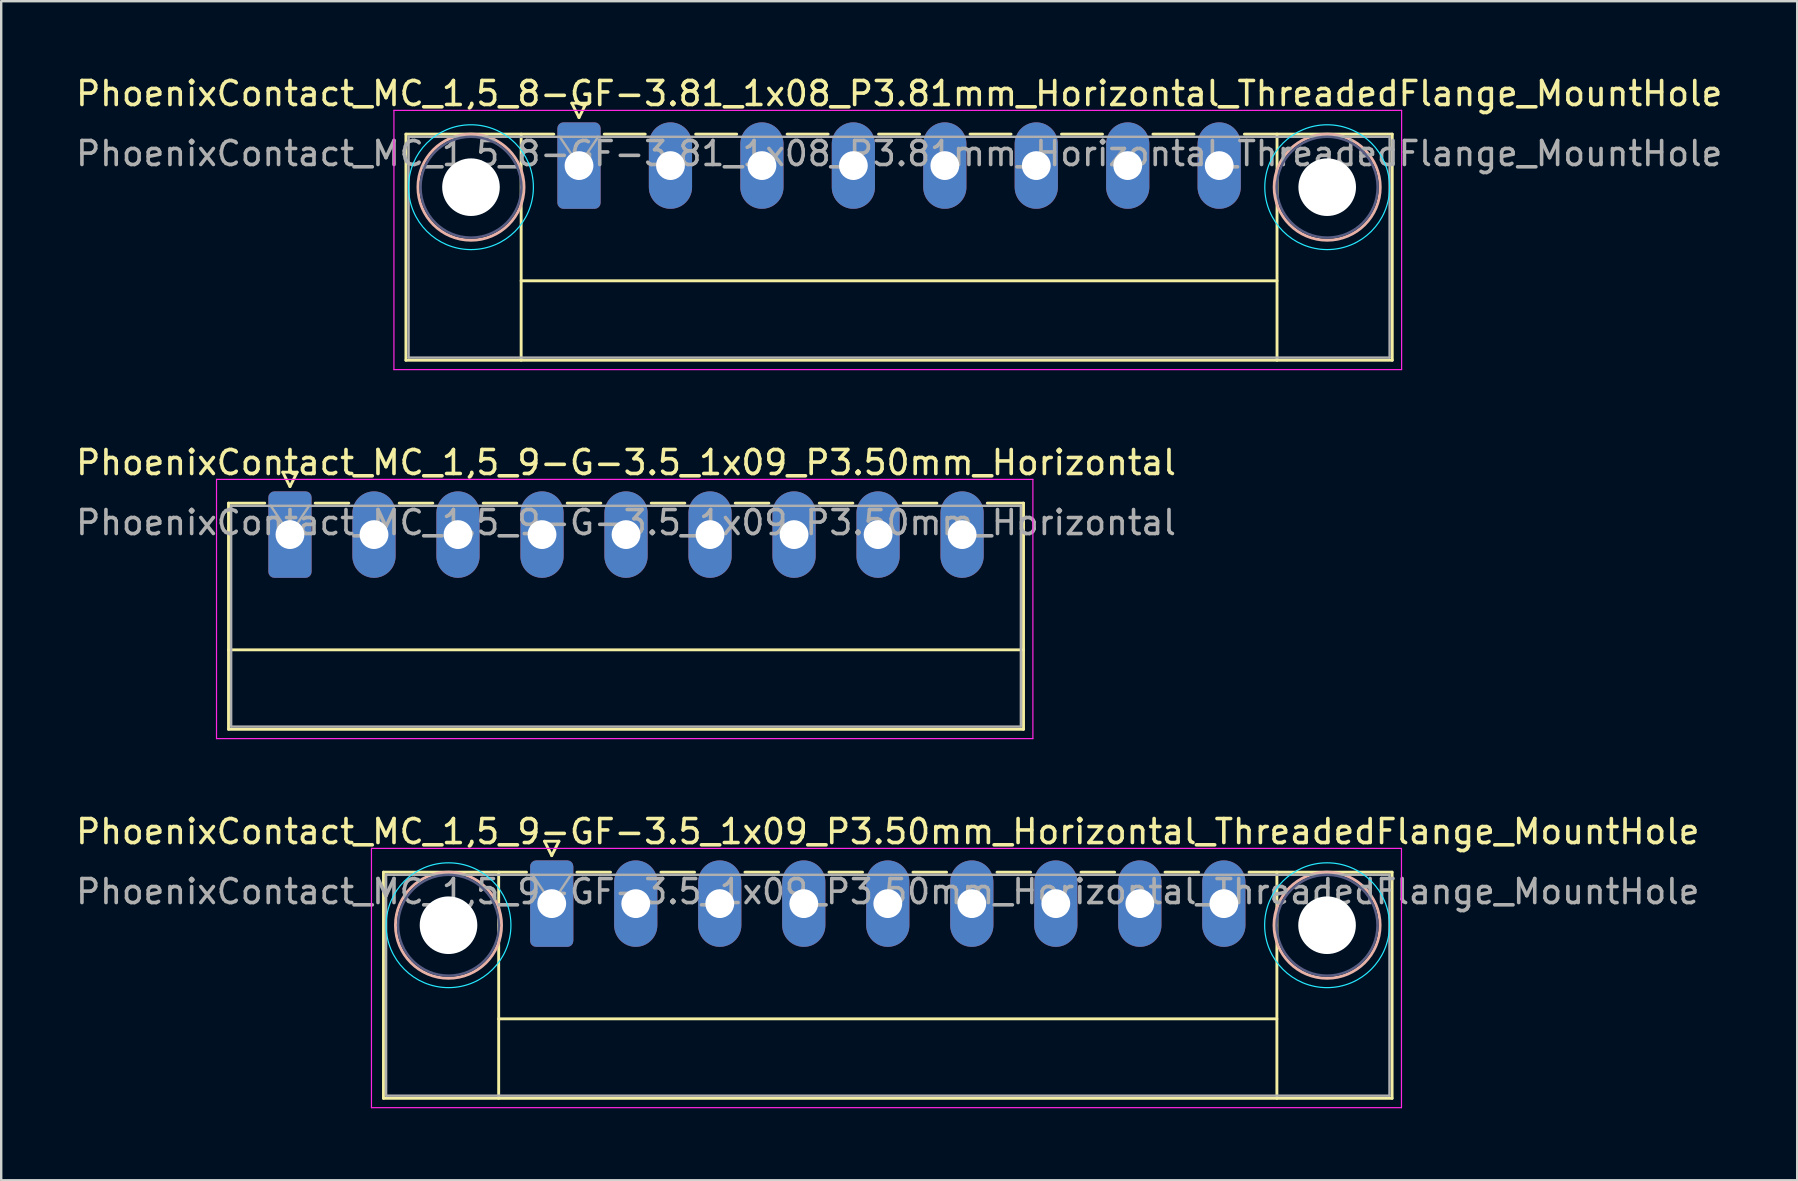
<source format=kicad_pcb>
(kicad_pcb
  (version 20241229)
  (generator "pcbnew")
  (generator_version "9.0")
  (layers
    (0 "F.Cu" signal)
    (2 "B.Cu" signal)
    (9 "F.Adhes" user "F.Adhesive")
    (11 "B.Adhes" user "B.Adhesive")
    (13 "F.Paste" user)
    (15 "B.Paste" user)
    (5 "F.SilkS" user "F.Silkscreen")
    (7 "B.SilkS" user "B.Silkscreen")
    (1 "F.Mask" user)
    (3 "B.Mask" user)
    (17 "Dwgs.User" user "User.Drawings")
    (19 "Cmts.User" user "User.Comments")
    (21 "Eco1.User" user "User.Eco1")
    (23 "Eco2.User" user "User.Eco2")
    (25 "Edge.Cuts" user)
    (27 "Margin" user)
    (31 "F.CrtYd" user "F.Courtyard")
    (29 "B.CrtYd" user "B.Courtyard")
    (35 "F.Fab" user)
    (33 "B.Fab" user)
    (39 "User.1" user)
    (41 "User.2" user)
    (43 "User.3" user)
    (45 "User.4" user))
  (footprint "PhoenixContact_MC_1,5_8-GF-3.81_1x08_P3.81mm_Horizontal_ThreadedFlange_MountHole"
    (layer "F.Cu")
    (at 21.071 3.848)
    (property "Reference" "PhoenixContact_MC_1,5_8-GF-3.81_1x08_P3.81mm_Horizontal_ThreadedFlange_MountHole" (at 13.34 -3 0) (layer "F.SilkS") (effects (font (size 1 1) (thickness 0.15))))
    (attr through_hole)
    (fp_line (start -7.21 -1.31) (end -7.21 8.11) (stroke (width 0.12) (type solid)) (layer "F.SilkS"))
    (fp_line (start -7.21 -1.31) (end -1.05 -1.31) (stroke (width 0.12) (type solid)) (layer "F.SilkS"))
    (fp_line (start -7.21 8.11) (end 33.88 8.11) (stroke (width 0.12) (type solid)) (layer "F.SilkS"))
    (fp_line (start -2.41 -1.31) (end -2.41 8.11) (stroke (width 0.12) (type solid)) (layer "F.SilkS"))
    (fp_line (start -2.41 4.8) (end 29.08 4.8) (stroke (width 0.12) (type solid)) (layer "F.SilkS"))
    (fp_line (start -0.3 -2.6) (end 0.3 -2.6) (stroke (width 0.12) (type solid)) (layer "F.SilkS"))
    (fp_line (start 0 -2) (end -0.3 -2.6) (stroke (width 0.12) (type solid)) (layer "F.SilkS"))
    (fp_line (start 0.3 -2.6) (end 0 -2) (stroke (width 0.12) (type solid)) (layer "F.SilkS"))
    (fp_line (start 1.05 -1.31) (end 2.76 -1.31) (stroke (width 0.12) (type solid)) (layer "F.SilkS"))
    (fp_line (start 4.86 -1.31) (end 6.57 -1.31) (stroke (width 0.12) (type solid)) (layer "F.SilkS"))
    (fp_line (start 8.67 -1.31) (end 10.38 -1.31) (stroke (width 0.12) (type solid)) (layer "F.SilkS"))
    (fp_line (start 12.48 -1.31) (end 14.19 -1.31) (stroke (width 0.12) (type solid)) (layer "F.SilkS"))
    (fp_line (start 16.29 -1.31) (end 18 -1.31) (stroke (width 0.12) (type solid)) (layer "F.SilkS"))
    (fp_line (start 20.1 -1.31) (end 21.81 -1.31) (stroke (width 0.12) (type solid)) (layer "F.SilkS"))
    (fp_line (start 23.91 -1.31) (end 25.62 -1.31) (stroke (width 0.12) (type solid)) (layer "F.SilkS"))
    (fp_line (start 29.08 -1.31) (end 29.08 8.11) (stroke (width 0.12) (type solid)) (layer "F.SilkS"))
    (fp_line (start 33.88 -1.31) (end 27.72 -1.31) (stroke (width 0.12) (type solid)) (layer "F.SilkS"))
    (fp_line (start 33.88 8.11) (end 33.88 -1.31) (stroke (width 0.12) (type solid)) (layer "F.SilkS"))
    (fp_circle (center -4.5 0.9) (end -2.29 0.9) (stroke (width 0.12) (type solid)) (fill no) (layer "B.SilkS"))
    (fp_circle (center 31.17 0.9) (end 33.38 0.9) (stroke (width 0.12) (type solid)) (fill no) (layer "B.SilkS"))
    (fp_circle (center -4.5 0.9) (end -1.9 0.9) (stroke (width 0.05) (type solid)) (fill no) (layer "B.CrtYd"))
    (fp_circle (center 31.17 0.9) (end 33.77 0.9) (stroke (width 0.05) (type solid)) (fill no) (layer "B.CrtYd"))
    (fp_line (start -7.71 -2.3) (end -7.71 8.5) (stroke (width 0.05) (type solid)) (layer "F.CrtYd"))
    (fp_line (start -7.71 8.5) (end 34.27 8.5) (stroke (width 0.05) (type solid)) (layer "F.CrtYd"))
    (fp_line (start 34.27 -2.3) (end -7.71 -2.3) (stroke (width 0.05) (type solid)) (layer "F.CrtYd"))
    (fp_line (start 34.27 8.5) (end 34.27 -2.3) (stroke (width 0.05) (type solid)) (layer "F.CrtYd"))
    (fp_circle (center -4.5 0.9) (end -2.4 0.9) (stroke (width 0.1) (type solid)) (fill no) (layer "B.Fab"))
    (fp_circle (center 31.17 0.9) (end 33.27 0.9) (stroke (width 0.1) (type solid)) (fill no) (layer "B.Fab"))
    (fp_line (start -7.1 -1.2) (end -7.1 8) (stroke (width 0.1) (type solid)) (layer "F.Fab"))
    (fp_line (start -7.1 8) (end 33.77 8) (stroke (width 0.1) (type solid)) (layer "F.Fab"))
    (fp_line (start 0 0) (end -0.8 -1.2) (stroke (width 0.1) (type solid)) (layer "F.Fab"))
    (fp_line (start 0.8 -1.2) (end 0 0) (stroke (width 0.1) (type solid)) (layer "F.Fab"))
    (fp_line (start 33.77 -1.2) (end -7.1 -1.2) (stroke (width 0.1) (type solid)) (layer "F.Fab"))
    (fp_line (start 33.77 8) (end 33.77 -1.2) (stroke (width 0.1) (type solid)) (layer "F.Fab"))
    (fp_text user "${REFERENCE}" (at 13.34 -0.5 0) (layer "F.Fab") (effects (font (size 1 1) (thickness 0.15))))
    (pad "" np_thru_hole circle (at -4.5 0.9) (size 2.4 2.4) (drill 2.4) (layers "*.Cu" "*.Mask"))
    (pad "" np_thru_hole circle (at 31.17 0.9) (size 2.4 2.4) (drill 2.4) (layers "*.Cu" "*.Mask"))
    (pad "1" thru_hole roundrect (at 0 0) (size 1.8 3.6) (drill 1.2) (layers "*.Cu" "*.Mask") (roundrect_rratio 0.139))
    (pad "2" thru_hole oval (at 3.81 0) (size 1.8 3.6) (drill 1.2) (layers "*.Cu" "*.Mask"))
    (pad "3" thru_hole oval (at 7.62 0) (size 1.8 3.6) (drill 1.2) (layers "*.Cu" "*.Mask"))
    (pad "4" thru_hole oval (at 11.43 0) (size 1.8 3.6) (drill 1.2) (layers "*.Cu" "*.Mask"))
    (pad "5" thru_hole oval (at 15.24 0) (size 1.8 3.6) (drill 1.2) (layers "*.Cu" "*.Mask"))
    (pad "6" thru_hole oval (at 19.05 0) (size 1.8 3.6) (drill 1.2) (layers "*.Cu" "*.Mask"))
    (pad "7" thru_hole oval (at 22.86 0) (size 1.8 3.6) (drill 1.2) (layers "*.Cu" "*.Mask"))
    (pad "8" thru_hole oval (at 26.67 0) (size 1.8 3.6) (drill 1.2) (layers "*.Cu" "*.Mask")))
  (footprint "PhoenixContact_MC_1,5_9-G-3.5_1x09_P3.50mm_Horizontal"
    (layer "F.Cu")
    (at 9.03 19.221)
    (property "Reference" "PhoenixContact_MC_1,5_9-G-3.5_1x09_P3.50mm_Horizontal" (at 14 -3 0) (layer "F.SilkS") (effects (font (size 1 1) (thickness 0.15))))
    (attr through_hole)
    (fp_line (start -2.56 -1.31) (end -2.56 8.11) (stroke (width 0.12) (type solid)) (layer "F.SilkS"))
    (fp_line (start -2.56 -1.31) (end -1.05 -1.31) (stroke (width 0.12) (type solid)) (layer "F.SilkS"))
    (fp_line (start -2.56 4.8) (end 30.56 4.8) (stroke (width 0.12) (type solid)) (layer "F.SilkS"))
    (fp_line (start -2.56 8.11) (end 30.56 8.11) (stroke (width 0.12) (type solid)) (layer "F.SilkS"))
    (fp_line (start -0.3 -2.6) (end 0.3 -2.6) (stroke (width 0.12) (type solid)) (layer "F.SilkS"))
    (fp_line (start 0 -2) (end -0.3 -2.6) (stroke (width 0.12) (type solid)) (layer "F.SilkS"))
    (fp_line (start 0.3 -2.6) (end 0 -2) (stroke (width 0.12) (type solid)) (layer "F.SilkS"))
    (fp_line (start 1.05 -1.31) (end 2.45 -1.31) (stroke (width 0.12) (type solid)) (layer "F.SilkS"))
    (fp_line (start 4.55 -1.31) (end 5.95 -1.31) (stroke (width 0.12) (type solid)) (layer "F.SilkS"))
    (fp_line (start 8.05 -1.31) (end 9.45 -1.31) (stroke (width 0.12) (type solid)) (layer "F.SilkS"))
    (fp_line (start 11.55 -1.31) (end 12.95 -1.31) (stroke (width 0.12) (type solid)) (layer "F.SilkS"))
    (fp_line (start 15.05 -1.31) (end 16.45 -1.31) (stroke (width 0.12) (type solid)) (layer "F.SilkS"))
    (fp_line (start 18.55 -1.31) (end 19.95 -1.31) (stroke (width 0.12) (type solid)) (layer "F.SilkS"))
    (fp_line (start 22.05 -1.31) (end 23.45 -1.31) (stroke (width 0.12) (type solid)) (layer "F.SilkS"))
    (fp_line (start 25.55 -1.31) (end 26.95 -1.31) (stroke (width 0.12) (type solid)) (layer "F.SilkS"))
    (fp_line (start 30.56 -1.31) (end 29.05 -1.31) (stroke (width 0.12) (type solid)) (layer "F.SilkS"))
    (fp_line (start 30.56 8.11) (end 30.56 -1.31) (stroke (width 0.12) (type solid)) (layer "F.SilkS"))
    (fp_line (start -3.06 -2.3) (end -3.06 8.5) (stroke (width 0.05) (type solid)) (layer "F.CrtYd"))
    (fp_line (start -3.06 8.5) (end 30.95 8.5) (stroke (width 0.05) (type solid)) (layer "F.CrtYd"))
    (fp_line (start 30.95 -2.3) (end -3.06 -2.3) (stroke (width 0.05) (type solid)) (layer "F.CrtYd"))
    (fp_line (start 30.95 8.5) (end 30.95 -2.3) (stroke (width 0.05) (type solid)) (layer "F.CrtYd"))
    (fp_line (start -2.45 -1.2) (end -2.45 8) (stroke (width 0.1) (type solid)) (layer "F.Fab"))
    (fp_line (start -2.45 8) (end 30.45 8) (stroke (width 0.1) (type solid)) (layer "F.Fab"))
    (fp_line (start 0 0) (end -0.8 -1.2) (stroke (width 0.1) (type solid)) (layer "F.Fab"))
    (fp_line (start 0.8 -1.2) (end 0 0) (stroke (width 0.1) (type solid)) (layer "F.Fab"))
    (fp_line (start 30.45 -1.2) (end -2.45 -1.2) (stroke (width 0.1) (type solid)) (layer "F.Fab"))
    (fp_line (start 30.45 8) (end 30.45 -1.2) (stroke (width 0.1) (type solid)) (layer "F.Fab"))
    (fp_text user "${REFERENCE}" (at 14 -0.5 0) (layer "F.Fab") (effects (font (size 1 1) (thickness 0.15))))
    (pad "1" thru_hole roundrect (at 0 0) (size 1.8 3.6) (drill 1.2) (layers "*.Cu" "*.Mask") (roundrect_rratio 0.139))
    (pad "2" thru_hole oval (at 3.5 0) (size 1.8 3.6) (drill 1.2) (layers "*.Cu" "*.Mask"))
    (pad "3" thru_hole oval (at 7 0) (size 1.8 3.6) (drill 1.2) (layers "*.Cu" "*.Mask"))
    (pad "4" thru_hole oval (at 10.5 0) (size 1.8 3.6) (drill 1.2) (layers "*.Cu" "*.Mask"))
    (pad "5" thru_hole oval (at 14 0) (size 1.8 3.6) (drill 1.2) (layers "*.Cu" "*.Mask"))
    (pad "6" thru_hole oval (at 17.5 0) (size 1.8 3.6) (drill 1.2) (layers "*.Cu" "*.Mask"))
    (pad "7" thru_hole oval (at 21 0) (size 1.8 3.6) (drill 1.2) (layers "*.Cu" "*.Mask"))
    (pad "8" thru_hole oval (at 24.5 0) (size 1.8 3.6) (drill 1.2) (layers "*.Cu" "*.Mask"))
    (pad "9" thru_hole oval (at 28 0) (size 1.8 3.6) (drill 1.2) (layers "*.Cu" "*.Mask")))
  (footprint "PhoenixContact_MC_1,5_9-GF-3.5_1x09_P3.50mm_Horizontal_ThreadedFlange_MountHole"
    (layer "F.Cu")
    (at 19.935 34.595)
    (property "Reference" "PhoenixContact_MC_1,5_9-GF-3.5_1x09_P3.50mm_Horizontal_ThreadedFlange_MountHole" (at 14 -3 0) (layer "F.SilkS") (effects (font (size 1 1) (thickness 0.15))))
    (attr through_hole)
    (fp_line (start -7.01 -1.31) (end -7.01 8.11) (stroke (width 0.12) (type solid)) (layer "F.SilkS"))
    (fp_line (start -7.01 -1.31) (end -1.05 -1.31) (stroke (width 0.12) (type solid)) (layer "F.SilkS"))
    (fp_line (start -7.01 8.11) (end 35.01 8.11) (stroke (width 0.12) (type solid)) (layer "F.SilkS"))
    (fp_line (start -2.21 -1.31) (end -2.21 8.11) (stroke (width 0.12) (type solid)) (layer "F.SilkS"))
    (fp_line (start -2.21 4.8) (end 30.21 4.8) (stroke (width 0.12) (type solid)) (layer "F.SilkS"))
    (fp_line (start -0.3 -2.6) (end 0.3 -2.6) (stroke (width 0.12) (type solid)) (layer "F.SilkS"))
    (fp_line (start 0 -2) (end -0.3 -2.6) (stroke (width 0.12) (type solid)) (layer "F.SilkS"))
    (fp_line (start 0.3 -2.6) (end 0 -2) (stroke (width 0.12) (type solid)) (layer "F.SilkS"))
    (fp_line (start 1.05 -1.31) (end 2.45 -1.31) (stroke (width 0.12) (type solid)) (layer "F.SilkS"))
    (fp_line (start 4.55 -1.31) (end 5.95 -1.31) (stroke (width 0.12) (type solid)) (layer "F.SilkS"))
    (fp_line (start 8.05 -1.31) (end 9.45 -1.31) (stroke (width 0.12) (type solid)) (layer "F.SilkS"))
    (fp_line (start 11.55 -1.31) (end 12.95 -1.31) (stroke (width 0.12) (type solid)) (layer "F.SilkS"))
    (fp_line (start 15.05 -1.31) (end 16.45 -1.31) (stroke (width 0.12) (type solid)) (layer "F.SilkS"))
    (fp_line (start 18.55 -1.31) (end 19.95 -1.31) (stroke (width 0.12) (type solid)) (layer "F.SilkS"))
    (fp_line (start 22.05 -1.31) (end 23.45 -1.31) (stroke (width 0.12) (type solid)) (layer "F.SilkS"))
    (fp_line (start 25.55 -1.31) (end 26.95 -1.31) (stroke (width 0.12) (type solid)) (layer "F.SilkS"))
    (fp_line (start 30.21 -1.31) (end 30.21 8.11) (stroke (width 0.12) (type solid)) (layer "F.SilkS"))
    (fp_line (start 35.01 -1.31) (end 29.05 -1.31) (stroke (width 0.12) (type solid)) (layer "F.SilkS"))
    (fp_line (start 35.01 8.11) (end 35.01 -1.31) (stroke (width 0.12) (type solid)) (layer "F.SilkS"))
    (fp_circle (center -4.3 0.9) (end -2.09 0.9) (stroke (width 0.12) (type solid)) (fill no) (layer "B.SilkS"))
    (fp_circle (center 32.3 0.9) (end 34.51 0.9) (stroke (width 0.12) (type solid)) (fill no) (layer "B.SilkS"))
    (fp_circle (center -4.3 0.9) (end -1.7 0.9) (stroke (width 0.05) (type solid)) (fill no) (layer "B.CrtYd"))
    (fp_circle (center 32.3 0.9) (end 34.9 0.9) (stroke (width 0.05) (type solid)) (fill no) (layer "B.CrtYd"))
    (fp_line (start -7.51 -2.3) (end -7.51 8.5) (stroke (width 0.05) (type solid)) (layer "F.CrtYd"))
    (fp_line (start -7.51 8.5) (end 35.4 8.5) (stroke (width 0.05) (type solid)) (layer "F.CrtYd"))
    (fp_line (start 35.4 -2.3) (end -7.51 -2.3) (stroke (width 0.05) (type solid)) (layer "F.CrtYd"))
    (fp_line (start 35.4 8.5) (end 35.4 -2.3) (stroke (width 0.05) (type solid)) (layer "F.CrtYd"))
    (fp_circle (center -4.3 0.9) (end -2.2 0.9) (stroke (width 0.1) (type solid)) (fill no) (layer "B.Fab"))
    (fp_circle (center 32.3 0.9) (end 34.4 0.9) (stroke (width 0.1) (type solid)) (fill no) (layer "B.Fab"))
    (fp_line (start -6.9 -1.2) (end -6.9 8) (stroke (width 0.1) (type solid)) (layer "F.Fab"))
    (fp_line (start -6.9 8) (end 34.9 8) (stroke (width 0.1) (type solid)) (layer "F.Fab"))
    (fp_line (start 0 0) (end -0.8 -1.2) (stroke (width 0.1) (type solid)) (layer "F.Fab"))
    (fp_line (start 0.8 -1.2) (end 0 0) (stroke (width 0.1) (type solid)) (layer "F.Fab"))
    (fp_line (start 34.9 -1.2) (end -6.9 -1.2) (stroke (width 0.1) (type solid)) (layer "F.Fab"))
    (fp_line (start 34.9 8) (end 34.9 -1.2) (stroke (width 0.1) (type solid)) (layer "F.Fab"))
    (fp_text user "${REFERENCE}" (at 14 -0.5 0) (layer "F.Fab") (effects (font (size 1 1) (thickness 0.15))))
    (pad "" np_thru_hole circle (at -4.3 0.9) (size 2.4 2.4) (drill 2.4) (layers "*.Cu" "*.Mask"))
    (pad "" np_thru_hole circle (at 32.3 0.9) (size 2.4 2.4) (drill 2.4) (layers "*.Cu" "*.Mask"))
    (pad "1" thru_hole roundrect (at 0 0) (size 1.8 3.6) (drill 1.2) (layers "*.Cu" "*.Mask") (roundrect_rratio 0.139))
    (pad "2" thru_hole oval (at 3.5 0) (size 1.8 3.6) (drill 1.2) (layers "*.Cu" "*.Mask"))
    (pad "3" thru_hole oval (at 7 0) (size 1.8 3.6) (drill 1.2) (layers "*.Cu" "*.Mask"))
    (pad "4" thru_hole oval (at 10.5 0) (size 1.8 3.6) (drill 1.2) (layers "*.Cu" "*.Mask"))
    (pad "5" thru_hole oval (at 14 0) (size 1.8 3.6) (drill 1.2) (layers "*.Cu" "*.Mask"))
    (pad "6" thru_hole oval (at 17.5 0) (size 1.8 3.6) (drill 1.2) (layers "*.Cu" "*.Mask"))
    (pad "7" thru_hole oval (at 21 0) (size 1.8 3.6) (drill 1.2) (layers "*.Cu" "*.Mask"))
    (pad "8" thru_hole oval (at 24.5 0) (size 1.8 3.6) (drill 1.2) (layers "*.Cu" "*.Mask"))
    (pad "9" thru_hole oval (at 28 0) (size 1.8 3.6) (drill 1.2) (layers "*.Cu" "*.Mask")))
  (gr_rect
    (start -3 -3)
    (end 71.821 46.12)
    (stroke (width 0.1) (type default))
    (fill no)
    (layer "Edge.Cuts")))
</source>
